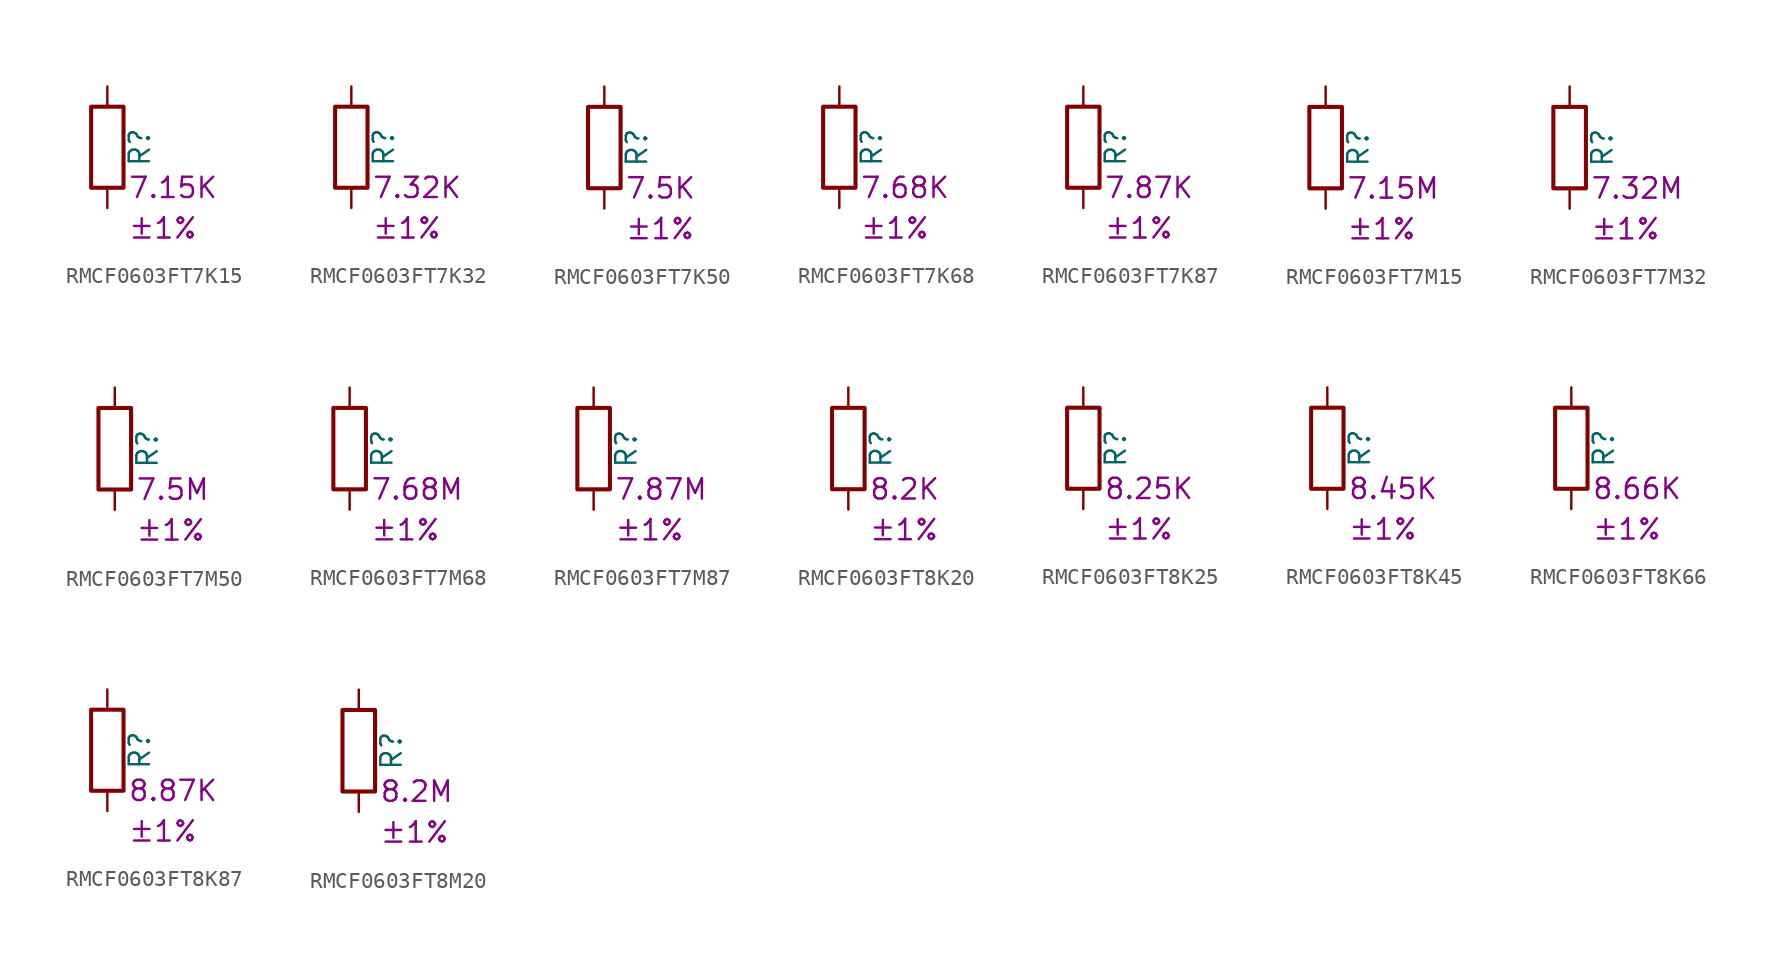
<source format=kicad_sym>
(kicad_symbol_lib
  (version 20220914)
  (generator kicad_symbol_editor)
  (symbol "RMCF0603FT7K15"
    (pin_numbers hide)
    (pin_names
      (offset 0))
    (property "Reference" "R"
      (at 2.032 0 90)
      (effects (font (size 1.27 1.27))))
    (property "Resistance" "7.15K"
      (at 1.27 -2.54 0)
      (effects (font (size 1.27 1.27)) (justify left)))
    (property "Tolerance" "±1%"
      (at 1.27 -5.08 0)
      (effects (font (size 1.27 1.27)) (justify left)))
    (symbol "RMCF0603FT7K15_0_1"
      (rectangle (start -1.016 -2.54) (end 1.016 2.54) (stroke (width 0.254) (type default)) (fill (type none))))
    (symbol "RMCF0603FT7K15_1_1"
      (pin passive line (at 0 3.81 270) (length 1.27) (name "~" (effects (font (size 1.27 1.27)))) (number "1" (effects (font (size 1.27 1.27)))))
      (pin passive line (at 0 -3.81 90) (length 1.27) (name "~" (effects (font (size 1.27 1.27)))) (number "2" (effects (font (size 1.27 1.27)))))))
  (symbol "RMCF0603FT7K32"
    (pin_numbers hide)
    (pin_names
      (offset 0))
    (property "Reference" "R"
      (at 2.032 0 90)
      (effects (font (size 1.27 1.27))))
    (property "Resistance" "7.32K"
      (at 1.27 -2.54 0)
      (effects (font (size 1.27 1.27)) (justify left)))
    (property "Tolerance" "±1%"
      (at 1.27 -5.08 0)
      (effects (font (size 1.27 1.27)) (justify left)))
    (symbol "RMCF0603FT7K32_0_1"
      (rectangle (start -1.016 -2.54) (end 1.016 2.54) (stroke (width 0.254) (type default)) (fill (type none))))
    (symbol "RMCF0603FT7K32_1_1"
      (pin passive line (at 0 3.81 270) (length 1.27) (name "~" (effects (font (size 1.27 1.27)))) (number "1" (effects (font (size 1.27 1.27)))))
      (pin passive line (at 0 -3.81 90) (length 1.27) (name "~" (effects (font (size 1.27 1.27)))) (number "2" (effects (font (size 1.27 1.27)))))))
  (symbol "RMCF0603FT7K50"
    (pin_numbers hide)
    (pin_names
      (offset 0))
    (property "Reference" "R"
      (at 2.032 0 90)
      (effects (font (size 1.27 1.27))))
    (property "Resistance" "7.5K"
      (at 1.27 -2.54 0)
      (effects (font (size 1.27 1.27)) (justify left)))
    (property "Tolerance" "±1%"
      (at 1.27 -5.08 0)
      (effects (font (size 1.27 1.27)) (justify left)))
    (symbol "RMCF0603FT7K50_0_1"
      (rectangle (start -1.016 -2.54) (end 1.016 2.54) (stroke (width 0.254) (type default)) (fill (type none))))
    (symbol "RMCF0603FT7K50_1_1"
      (pin passive line (at 0 3.81 270) (length 1.27) (name "~" (effects (font (size 1.27 1.27)))) (number "1" (effects (font (size 1.27 1.27)))))
      (pin passive line (at 0 -3.81 90) (length 1.27) (name "~" (effects (font (size 1.27 1.27)))) (number "2" (effects (font (size 1.27 1.27)))))))
  (symbol "RMCF0603FT7K68"
    (pin_numbers hide)
    (pin_names
      (offset 0))
    (property "Reference" "R"
      (at 2.032 0 90)
      (effects (font (size 1.27 1.27))))
    (property "Resistance" "7.68K"
      (at 1.27 -2.54 0)
      (effects (font (size 1.27 1.27)) (justify left)))
    (property "Tolerance" "±1%"
      (at 1.27 -5.08 0)
      (effects (font (size 1.27 1.27)) (justify left)))
    (symbol "RMCF0603FT7K68_0_1"
      (rectangle (start -1.016 -2.54) (end 1.016 2.54) (stroke (width 0.254) (type default)) (fill (type none))))
    (symbol "RMCF0603FT7K68_1_1"
      (pin passive line (at 0 3.81 270) (length 1.27) (name "~" (effects (font (size 1.27 1.27)))) (number "1" (effects (font (size 1.27 1.27)))))
      (pin passive line (at 0 -3.81 90) (length 1.27) (name "~" (effects (font (size 1.27 1.27)))) (number "2" (effects (font (size 1.27 1.27)))))))
  (symbol "RMCF0603FT7K87"
    (pin_numbers hide)
    (pin_names
      (offset 0))
    (property "Reference" "R"
      (at 2.032 0 90)
      (effects (font (size 1.27 1.27))))
    (property "Resistance" "7.87K"
      (at 1.27 -2.54 0)
      (effects (font (size 1.27 1.27)) (justify left)))
    (property "Tolerance" "±1%"
      (at 1.27 -5.08 0)
      (effects (font (size 1.27 1.27)) (justify left)))
    (symbol "RMCF0603FT7K87_0_1"
      (rectangle (start -1.016 -2.54) (end 1.016 2.54) (stroke (width 0.254) (type default)) (fill (type none))))
    (symbol "RMCF0603FT7K87_1_1"
      (pin passive line (at 0 3.81 270) (length 1.27) (name "~" (effects (font (size 1.27 1.27)))) (number "1" (effects (font (size 1.27 1.27)))))
      (pin passive line (at 0 -3.81 90) (length 1.27) (name "~" (effects (font (size 1.27 1.27)))) (number "2" (effects (font (size 1.27 1.27)))))))
  (symbol "RMCF0603FT7M15"
    (pin_numbers hide)
    (pin_names
      (offset 0))
    (property "Reference" "R"
      (at 2.032 0 90)
      (effects (font (size 1.27 1.27))))
    (property "Resistance" "7.15M"
      (at 1.27 -2.54 0)
      (effects (font (size 1.27 1.27)) (justify left)))
    (property "Tolerance" "±1%"
      (at 1.27 -5.08 0)
      (effects (font (size 1.27 1.27)) (justify left)))
    (symbol "RMCF0603FT7M15_0_1"
      (rectangle (start -1.016 -2.54) (end 1.016 2.54) (stroke (width 0.254) (type default)) (fill (type none))))
    (symbol "RMCF0603FT7M15_1_1"
      (pin passive line (at 0 3.81 270) (length 1.27) (name "~" (effects (font (size 1.27 1.27)))) (number "1" (effects (font (size 1.27 1.27)))))
      (pin passive line (at 0 -3.81 90) (length 1.27) (name "~" (effects (font (size 1.27 1.27)))) (number "2" (effects (font (size 1.27 1.27)))))))
  (symbol "RMCF0603FT7M32"
    (pin_numbers hide)
    (pin_names
      (offset 0))
    (property "Reference" "R"
      (at 2.032 0 90)
      (effects (font (size 1.27 1.27))))
    (property "Resistance" "7.32M"
      (at 1.27 -2.54 0)
      (effects (font (size 1.27 1.27)) (justify left)))
    (property "Tolerance" "±1%"
      (at 1.27 -5.08 0)
      (effects (font (size 1.27 1.27)) (justify left)))
    (symbol "RMCF0603FT7M32_0_1"
      (rectangle (start -1.016 -2.54) (end 1.016 2.54) (stroke (width 0.254) (type default)) (fill (type none))))
    (symbol "RMCF0603FT7M32_1_1"
      (pin passive line (at 0 3.81 270) (length 1.27) (name "~" (effects (font (size 1.27 1.27)))) (number "1" (effects (font (size 1.27 1.27)))))
      (pin passive line (at 0 -3.81 90) (length 1.27) (name "~" (effects (font (size 1.27 1.27)))) (number "2" (effects (font (size 1.27 1.27)))))))
  (symbol "RMCF0603FT7M50"
    (pin_numbers hide)
    (pin_names
      (offset 0))
    (property "Reference" "R"
      (at 2.032 0 90)
      (effects (font (size 1.27 1.27))))
    (property "Resistance" "7.5M"
      (at 1.27 -2.54 0)
      (effects (font (size 1.27 1.27)) (justify left)))
    (property "Tolerance" "±1%"
      (at 1.27 -5.08 0)
      (effects (font (size 1.27 1.27)) (justify left)))
    (symbol "RMCF0603FT7M50_0_1"
      (rectangle (start -1.016 -2.54) (end 1.016 2.54) (stroke (width 0.254) (type default)) (fill (type none))))
    (symbol "RMCF0603FT7M50_1_1"
      (pin passive line (at 0 3.81 270) (length 1.27) (name "~" (effects (font (size 1.27 1.27)))) (number "1" (effects (font (size 1.27 1.27)))))
      (pin passive line (at 0 -3.81 90) (length 1.27) (name "~" (effects (font (size 1.27 1.27)))) (number "2" (effects (font (size 1.27 1.27)))))))
  (symbol "RMCF0603FT7M68"
    (pin_numbers hide)
    (pin_names
      (offset 0))
    (property "Reference" "R"
      (at 2.032 0 90)
      (effects (font (size 1.27 1.27))))
    (property "Resistance" "7.68M"
      (at 1.27 -2.54 0)
      (effects (font (size 1.27 1.27)) (justify left)))
    (property "Tolerance" "±1%"
      (at 1.27 -5.08 0)
      (effects (font (size 1.27 1.27)) (justify left)))
    (symbol "RMCF0603FT7M68_0_1"
      (rectangle (start -1.016 -2.54) (end 1.016 2.54) (stroke (width 0.254) (type default)) (fill (type none))))
    (symbol "RMCF0603FT7M68_1_1"
      (pin passive line (at 0 3.81 270) (length 1.27) (name "~" (effects (font (size 1.27 1.27)))) (number "1" (effects (font (size 1.27 1.27)))))
      (pin passive line (at 0 -3.81 90) (length 1.27) (name "~" (effects (font (size 1.27 1.27)))) (number "2" (effects (font (size 1.27 1.27)))))))
  (symbol "RMCF0603FT7M87"
    (pin_numbers hide)
    (pin_names
      (offset 0))
    (property "Reference" "R"
      (at 2.032 0 90)
      (effects (font (size 1.27 1.27))))
    (property "Resistance" "7.87M"
      (at 1.27 -2.54 0)
      (effects (font (size 1.27 1.27)) (justify left)))
    (property "Tolerance" "±1%"
      (at 1.27 -5.08 0)
      (effects (font (size 1.27 1.27)) (justify left)))
    (symbol "RMCF0603FT7M87_0_1"
      (rectangle (start -1.016 -2.54) (end 1.016 2.54) (stroke (width 0.254) (type default)) (fill (type none))))
    (symbol "RMCF0603FT7M87_1_1"
      (pin passive line (at 0 3.81 270) (length 1.27) (name "~" (effects (font (size 1.27 1.27)))) (number "1" (effects (font (size 1.27 1.27)))))
      (pin passive line (at 0 -3.81 90) (length 1.27) (name "~" (effects (font (size 1.27 1.27)))) (number "2" (effects (font (size 1.27 1.27)))))))
  (symbol "RMCF0603FT8K20"
    (pin_numbers hide)
    (pin_names
      (offset 0))
    (property "Reference" "R"
      (at 2.032 0 90)
      (effects (font (size 1.27 1.27))))
    (property "Resistance" "8.2K"
      (at 1.27 -2.54 0)
      (effects (font (size 1.27 1.27)) (justify left)))
    (property "Tolerance" "±1%"
      (at 1.27 -5.08 0)
      (effects (font (size 1.27 1.27)) (justify left)))
    (symbol "RMCF0603FT8K20_0_1"
      (rectangle (start -1.016 -2.54) (end 1.016 2.54) (stroke (width 0.254) (type default)) (fill (type none))))
    (symbol "RMCF0603FT8K20_1_1"
      (pin passive line (at 0 3.81 270) (length 1.27) (name "~" (effects (font (size 1.27 1.27)))) (number "1" (effects (font (size 1.27 1.27)))))
      (pin passive line (at 0 -3.81 90) (length 1.27) (name "~" (effects (font (size 1.27 1.27)))) (number "2" (effects (font (size 1.27 1.27)))))))
  (symbol "RMCF0603FT8K25"
    (pin_numbers hide)
    (pin_names
      (offset 0))
    (property "Reference" "R"
      (at 2.032 0 90)
      (effects (font (size 1.27 1.27))))
    (property "Resistance" "8.25K"
      (at 1.27 -2.54 0)
      (effects (font (size 1.27 1.27)) (justify left)))
    (property "Tolerance" "±1%"
      (at 1.27 -5.08 0)
      (effects (font (size 1.27 1.27)) (justify left)))
    (symbol "RMCF0603FT8K25_0_1"
      (rectangle (start -1.016 -2.54) (end 1.016 2.54) (stroke (width 0.254) (type default)) (fill (type none))))
    (symbol "RMCF0603FT8K25_1_1"
      (pin passive line (at 0 3.81 270) (length 1.27) (name "~" (effects (font (size 1.27 1.27)))) (number "1" (effects (font (size 1.27 1.27)))))
      (pin passive line (at 0 -3.81 90) (length 1.27) (name "~" (effects (font (size 1.27 1.27)))) (number "2" (effects (font (size 1.27 1.27)))))))
  (symbol "RMCF0603FT8K45"
    (pin_numbers hide)
    (pin_names
      (offset 0))
    (property "Reference" "R"
      (at 2.032 0 90)
      (effects (font (size 1.27 1.27))))
    (property "Resistance" "8.45K"
      (at 1.27 -2.54 0)
      (effects (font (size 1.27 1.27)) (justify left)))
    (property "Tolerance" "±1%"
      (at 1.27 -5.08 0)
      (effects (font (size 1.27 1.27)) (justify left)))
    (symbol "RMCF0603FT8K45_0_1"
      (rectangle (start -1.016 -2.54) (end 1.016 2.54) (stroke (width 0.254) (type default)) (fill (type none))))
    (symbol "RMCF0603FT8K45_1_1"
      (pin passive line (at 0 3.81 270) (length 1.27) (name "~" (effects (font (size 1.27 1.27)))) (number "1" (effects (font (size 1.27 1.27)))))
      (pin passive line (at 0 -3.81 90) (length 1.27) (name "~" (effects (font (size 1.27 1.27)))) (number "2" (effects (font (size 1.27 1.27)))))))
  (symbol "RMCF0603FT8K66"
    (pin_numbers hide)
    (pin_names
      (offset 0))
    (property "Reference" "R"
      (at 2.032 0 90)
      (effects (font (size 1.27 1.27))))
    (property "Resistance" "8.66K"
      (at 1.27 -2.54 0)
      (effects (font (size 1.27 1.27)) (justify left)))
    (property "Tolerance" "±1%"
      (at 1.27 -5.08 0)
      (effects (font (size 1.27 1.27)) (justify left)))
    (symbol "RMCF0603FT8K66_0_1"
      (rectangle (start -1.016 -2.54) (end 1.016 2.54) (stroke (width 0.254) (type default)) (fill (type none))))
    (symbol "RMCF0603FT8K66_1_1"
      (pin passive line (at 0 3.81 270) (length 1.27) (name "~" (effects (font (size 1.27 1.27)))) (number "1" (effects (font (size 1.27 1.27)))))
      (pin passive line (at 0 -3.81 90) (length 1.27) (name "~" (effects (font (size 1.27 1.27)))) (number "2" (effects (font (size 1.27 1.27)))))))
  (symbol "RMCF0603FT8K87"
    (pin_numbers hide)
    (pin_names
      (offset 0))
    (property "Reference" "R"
      (at 2.032 0 90)
      (effects (font (size 1.27 1.27))))
    (property "Resistance" "8.87K"
      (at 1.27 -2.54 0)
      (effects (font (size 1.27 1.27)) (justify left)))
    (property "Tolerance" "±1%"
      (at 1.27 -5.08 0)
      (effects (font (size 1.27 1.27)) (justify left)))
    (symbol "RMCF0603FT8K87_0_1"
      (rectangle (start -1.016 -2.54) (end 1.016 2.54) (stroke (width 0.254) (type default)) (fill (type none))))
    (symbol "RMCF0603FT8K87_1_1"
      (pin passive line (at 0 3.81 270) (length 1.27) (name "~" (effects (font (size 1.27 1.27)))) (number "1" (effects (font (size 1.27 1.27)))))
      (pin passive line (at 0 -3.81 90) (length 1.27) (name "~" (effects (font (size 1.27 1.27)))) (number "2" (effects (font (size 1.27 1.27)))))))
  (symbol "RMCF0603FT8M20"
    (pin_numbers hide)
    (pin_names
      (offset 0))
    (property "Reference" "R"
      (at 2.032 0 90)
      (effects (font (size 1.27 1.27))))
    (property "Resistance" "8.2M"
      (at 1.27 -2.54 0)
      (effects (font (size 1.27 1.27)) (justify left)))
    (property "Tolerance" "±1%"
      (at 1.27 -5.08 0)
      (effects (font (size 1.27 1.27)) (justify left)))
    (symbol "RMCF0603FT8M20_0_1"
      (rectangle (start -1.016 -2.54) (end 1.016 2.54) (stroke (width 0.254) (type default)) (fill (type none))))
    (symbol "RMCF0603FT8M20_1_1"
      (pin passive line (at 0 3.81 270) (length 1.27) (name "~" (effects (font (size 1.27 1.27)))) (number "1" (effects (font (size 1.27 1.27)))))
      (pin passive line (at 0 -3.81 90) (length 1.27) (name "~" (effects (font (size 1.27 1.27)))) (number "2" (effects (font (size 1.27 1.27))))))))
</source>
